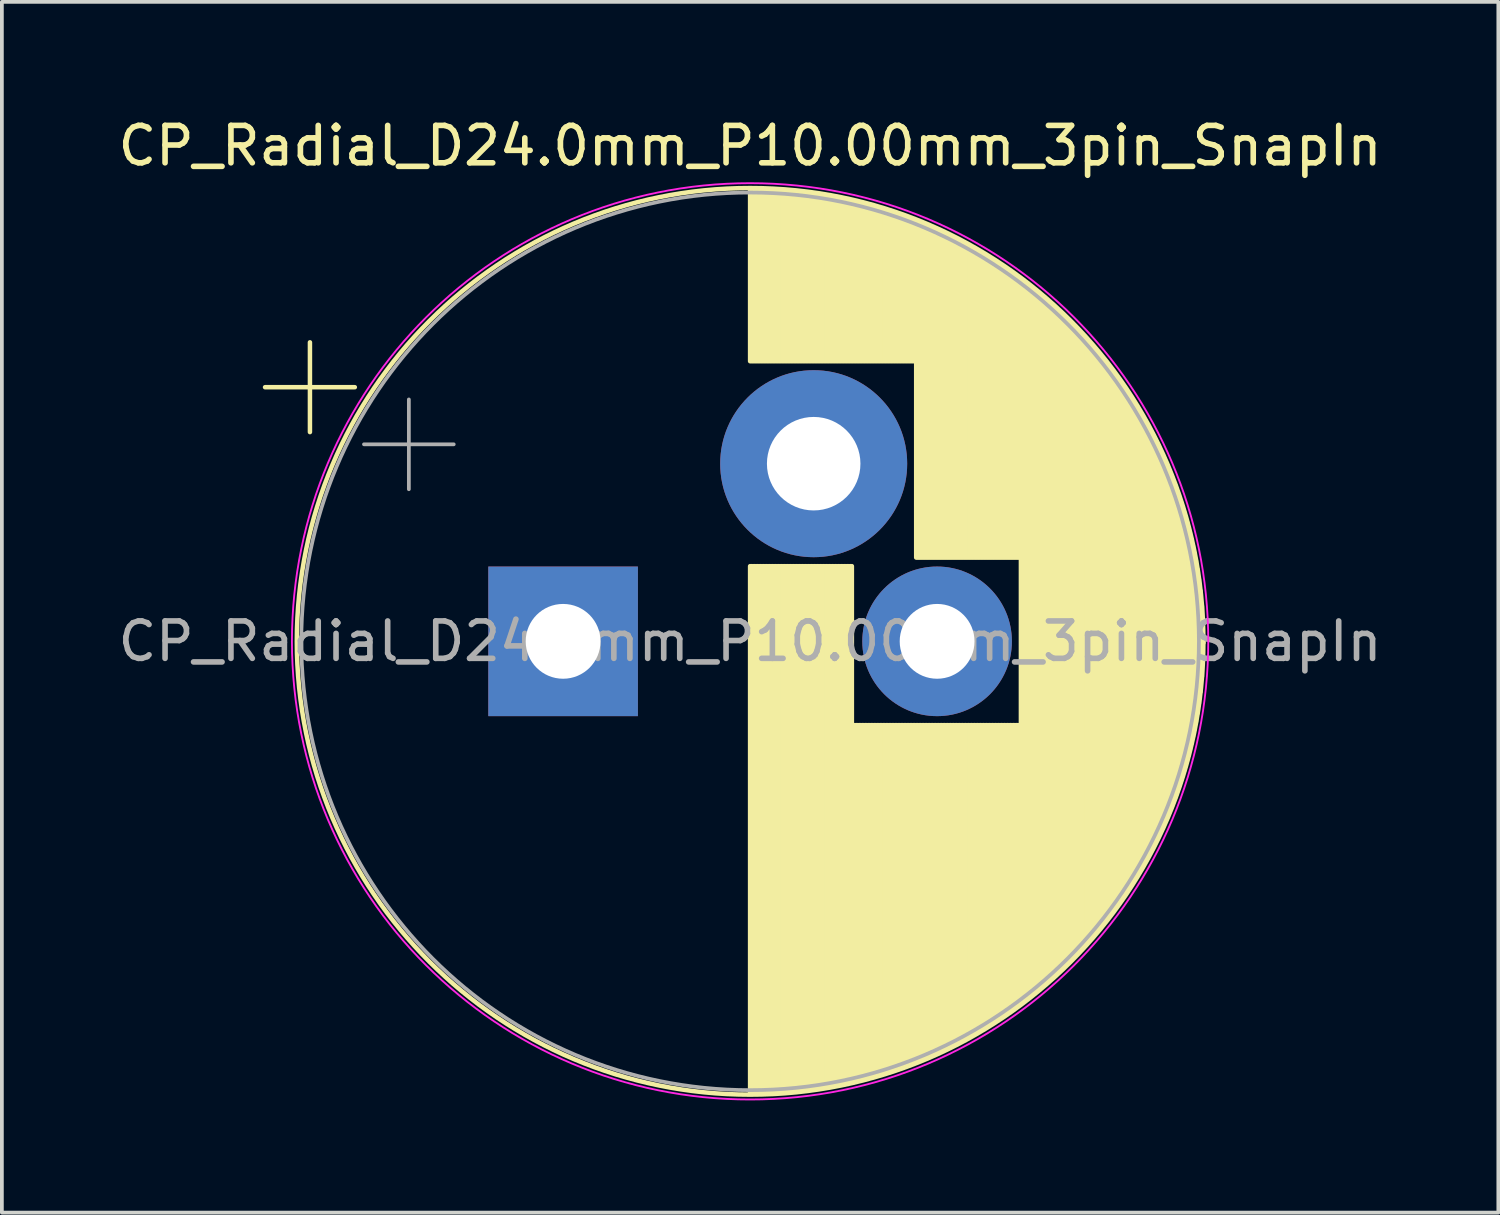
<source format=kicad_pcb>
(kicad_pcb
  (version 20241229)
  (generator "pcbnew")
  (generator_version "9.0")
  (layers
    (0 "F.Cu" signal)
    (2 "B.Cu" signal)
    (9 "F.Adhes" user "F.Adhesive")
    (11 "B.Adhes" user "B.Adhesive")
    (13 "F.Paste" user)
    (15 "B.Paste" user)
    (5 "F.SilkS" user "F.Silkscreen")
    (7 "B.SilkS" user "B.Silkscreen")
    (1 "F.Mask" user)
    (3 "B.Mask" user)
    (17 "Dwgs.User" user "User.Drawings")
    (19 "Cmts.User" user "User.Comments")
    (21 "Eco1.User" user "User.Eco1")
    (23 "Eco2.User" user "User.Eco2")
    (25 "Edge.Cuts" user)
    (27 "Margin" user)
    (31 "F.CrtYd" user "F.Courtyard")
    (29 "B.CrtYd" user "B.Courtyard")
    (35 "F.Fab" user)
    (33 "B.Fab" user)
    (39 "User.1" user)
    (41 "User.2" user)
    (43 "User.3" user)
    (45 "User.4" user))
  (footprint "CP_Radial_D24.0mm_P10.00mm_3pin_SnapIn"
    (layer "F.Cu")
    (at 12.006 14.098)
    (property "Reference" "CP_Radial_D24.0mm_P10.00mm_3pin_SnapIn" (at 5 -13.25 0) (layer "F.SilkS") (effects (font (size 1 1) (thickness 0.15))))
    (attr through_hole)
    (fp_line (start -7.969 -6.795) (end -5.569 -6.795) (stroke (width 0.12) (type solid)) (layer "F.SilkS"))
    (fp_line (start -6.769 -7.995) (end -6.769 -5.595) (stroke (width 0.12) (type solid)) (layer "F.SilkS"))
    (fp_line (start 5 -12.081) (end 5 -7.49) (stroke (width 0.12) (type solid)) (layer "F.SilkS"))
    (fp_line (start 5 -2.01) (end 5 12.081) (stroke (width 0.12) (type solid)) (layer "F.SilkS"))
    (fp_line (start 5.04 -12.08) (end 5.04 -7.49) (stroke (width 0.12) (type solid)) (layer "F.SilkS"))
    (fp_line (start 5.04 -2.01) (end 5.04 12.08) (stroke (width 0.12) (type solid)) (layer "F.SilkS"))
    (fp_line (start 5.08 -12.08) (end 5.08 -7.49) (stroke (width 0.12) (type solid)) (layer "F.SilkS"))
    (fp_line (start 5.08 -2.01) (end 5.08 12.08) (stroke (width 0.12) (type solid)) (layer "F.SilkS"))
    (fp_line (start 5.12 -12.08) (end 5.12 -7.49) (stroke (width 0.12) (type solid)) (layer "F.SilkS"))
    (fp_line (start 5.12 -2.01) (end 5.12 12.08) (stroke (width 0.12) (type solid)) (layer "F.SilkS"))
    (fp_line (start 5.16 -12.079) (end 5.16 -7.49) (stroke (width 0.12) (type solid)) (layer "F.SilkS"))
    (fp_line (start 5.16 -2.01) (end 5.16 12.079) (stroke (width 0.12) (type solid)) (layer "F.SilkS"))
    (fp_line (start 5.2 -12.079) (end 5.2 -7.49) (stroke (width 0.12) (type solid)) (layer "F.SilkS"))
    (fp_line (start 5.2 -2.01) (end 5.2 12.079) (stroke (width 0.12) (type solid)) (layer "F.SilkS"))
    (fp_line (start 5.24 -12.078) (end 5.24 -7.49) (stroke (width 0.12) (type solid)) (layer "F.SilkS"))
    (fp_line (start 5.24 -2.01) (end 5.24 12.078) (stroke (width 0.12) (type solid)) (layer "F.SilkS"))
    (fp_line (start 5.28 -12.077) (end 5.28 -7.49) (stroke (width 0.12) (type solid)) (layer "F.SilkS"))
    (fp_line (start 5.28 -2.01) (end 5.28 12.077) (stroke (width 0.12) (type solid)) (layer "F.SilkS"))
    (fp_line (start 5.32 -12.076) (end 5.32 -7.49) (stroke (width 0.12) (type solid)) (layer "F.SilkS"))
    (fp_line (start 5.32 -2.01) (end 5.32 12.076) (stroke (width 0.12) (type solid)) (layer "F.SilkS"))
    (fp_line (start 5.36 -12.075) (end 5.36 -7.49) (stroke (width 0.12) (type solid)) (layer "F.SilkS"))
    (fp_line (start 5.36 -2.01) (end 5.36 12.075) (stroke (width 0.12) (type solid)) (layer "F.SilkS"))
    (fp_line (start 5.4 -12.074) (end 5.4 -7.49) (stroke (width 0.12) (type solid)) (layer "F.SilkS"))
    (fp_line (start 5.4 -2.01) (end 5.4 12.074) (stroke (width 0.12) (type solid)) (layer "F.SilkS"))
    (fp_line (start 5.44 -12.073) (end 5.44 -7.49) (stroke (width 0.12) (type solid)) (layer "F.SilkS"))
    (fp_line (start 5.44 -2.01) (end 5.44 12.073) (stroke (width 0.12) (type solid)) (layer "F.SilkS"))
    (fp_line (start 5.48 -12.071) (end 5.48 -7.49) (stroke (width 0.12) (type solid)) (layer "F.SilkS"))
    (fp_line (start 5.48 -2.01) (end 5.48 12.071) (stroke (width 0.12) (type solid)) (layer "F.SilkS"))
    (fp_line (start 5.52 -12.069) (end 5.52 -7.49) (stroke (width 0.12) (type solid)) (layer "F.SilkS"))
    (fp_line (start 5.52 -2.01) (end 5.52 12.069) (stroke (width 0.12) (type solid)) (layer "F.SilkS"))
    (fp_line (start 5.56 -12.068) (end 5.56 -7.49) (stroke (width 0.12) (type solid)) (layer "F.SilkS"))
    (fp_line (start 5.56 -2.01) (end 5.56 12.068) (stroke (width 0.12) (type solid)) (layer "F.SilkS"))
    (fp_line (start 5.6 -12.066) (end 5.6 -7.49) (stroke (width 0.12) (type solid)) (layer "F.SilkS"))
    (fp_line (start 5.6 -2.01) (end 5.6 12.066) (stroke (width 0.12) (type solid)) (layer "F.SilkS"))
    (fp_line (start 5.64 -12.064) (end 5.64 -7.49) (stroke (width 0.12) (type solid)) (layer "F.SilkS"))
    (fp_line (start 5.64 -2.01) (end 5.64 12.064) (stroke (width 0.12) (type solid)) (layer "F.SilkS"))
    (fp_line (start 5.68 -12.061) (end 5.68 -7.49) (stroke (width 0.12) (type solid)) (layer "F.SilkS"))
    (fp_line (start 5.68 -2.01) (end 5.68 12.061) (stroke (width 0.12) (type solid)) (layer "F.SilkS"))
    (fp_line (start 5.721 -12.059) (end 5.721 -7.49) (stroke (width 0.12) (type solid)) (layer "F.SilkS"))
    (fp_line (start 5.721 -2.01) (end 5.721 12.059) (stroke (width 0.12) (type solid)) (layer "F.SilkS"))
    (fp_line (start 5.761 -12.057) (end 5.761 -7.49) (stroke (width 0.12) (type solid)) (layer "F.SilkS"))
    (fp_line (start 5.761 -2.01) (end 5.761 12.057) (stroke (width 0.12) (type solid)) (layer "F.SilkS"))
    (fp_line (start 5.801 -12.054) (end 5.801 -7.49) (stroke (width 0.12) (type solid)) (layer "F.SilkS"))
    (fp_line (start 5.801 -2.01) (end 5.801 12.054) (stroke (width 0.12) (type solid)) (layer "F.SilkS"))
    (fp_line (start 5.841 -12.051) (end 5.841 -7.49) (stroke (width 0.12) (type solid)) (layer "F.SilkS"))
    (fp_line (start 5.841 -2.01) (end 5.841 12.051) (stroke (width 0.12) (type solid)) (layer "F.SilkS"))
    (fp_line (start 5.881 -12.049) (end 5.881 -7.49) (stroke (width 0.12) (type solid)) (layer "F.SilkS"))
    (fp_line (start 5.881 -2.01) (end 5.881 12.049) (stroke (width 0.12) (type solid)) (layer "F.SilkS"))
    (fp_line (start 5.921 -12.046) (end 5.921 -7.49) (stroke (width 0.12) (type solid)) (layer "F.SilkS"))
    (fp_line (start 5.921 -2.01) (end 5.921 12.046) (stroke (width 0.12) (type solid)) (layer "F.SilkS"))
    (fp_line (start 5.961 -12.042) (end 5.961 -7.49) (stroke (width 0.12) (type solid)) (layer "F.SilkS"))
    (fp_line (start 5.961 -2.01) (end 5.961 12.042) (stroke (width 0.12) (type solid)) (layer "F.SilkS"))
    (fp_line (start 6.001 -12.039) (end 6.001 -7.49) (stroke (width 0.12) (type solid)) (layer "F.SilkS"))
    (fp_line (start 6.001 -2.01) (end 6.001 12.039) (stroke (width 0.12) (type solid)) (layer "F.SilkS"))
    (fp_line (start 6.041 -12.036) (end 6.041 -7.49) (stroke (width 0.12) (type solid)) (layer "F.SilkS"))
    (fp_line (start 6.041 -2.01) (end 6.041 12.036) (stroke (width 0.12) (type solid)) (layer "F.SilkS"))
    (fp_line (start 6.081 -12.032) (end 6.081 -7.49) (stroke (width 0.12) (type solid)) (layer "F.SilkS"))
    (fp_line (start 6.081 -2.01) (end 6.081 12.032) (stroke (width 0.12) (type solid)) (layer "F.SilkS"))
    (fp_line (start 6.121 -12.029) (end 6.121 -7.49) (stroke (width 0.12) (type solid)) (layer "F.SilkS"))
    (fp_line (start 6.121 -2.01) (end 6.121 12.029) (stroke (width 0.12) (type solid)) (layer "F.SilkS"))
    (fp_line (start 6.161 -12.025) (end 6.161 -7.49) (stroke (width 0.12) (type solid)) (layer "F.SilkS"))
    (fp_line (start 6.161 -2.01) (end 6.161 12.025) (stroke (width 0.12) (type solid)) (layer "F.SilkS"))
    (fp_line (start 6.201 -12.021) (end 6.201 -7.49) (stroke (width 0.12) (type solid)) (layer "F.SilkS"))
    (fp_line (start 6.201 -2.01) (end 6.201 12.021) (stroke (width 0.12) (type solid)) (layer "F.SilkS"))
    (fp_line (start 6.241 -12.017) (end 6.241 -7.49) (stroke (width 0.12) (type solid)) (layer "F.SilkS"))
    (fp_line (start 6.241 -2.01) (end 6.241 12.017) (stroke (width 0.12) (type solid)) (layer "F.SilkS"))
    (fp_line (start 6.281 -12.013) (end 6.281 -7.49) (stroke (width 0.12) (type solid)) (layer "F.SilkS"))
    (fp_line (start 6.281 -2.01) (end 6.281 12.013) (stroke (width 0.12) (type solid)) (layer "F.SilkS"))
    (fp_line (start 6.321 -12.008) (end 6.321 -7.49) (stroke (width 0.12) (type solid)) (layer "F.SilkS"))
    (fp_line (start 6.321 -2.01) (end 6.321 12.008) (stroke (width 0.12) (type solid)) (layer "F.SilkS"))
    (fp_line (start 6.361 -12.004) (end 6.361 -7.49) (stroke (width 0.12) (type solid)) (layer "F.SilkS"))
    (fp_line (start 6.361 -2.01) (end 6.361 12.004) (stroke (width 0.12) (type solid)) (layer "F.SilkS"))
    (fp_line (start 6.401 -11.999) (end 6.401 -7.49) (stroke (width 0.12) (type solid)) (layer "F.SilkS"))
    (fp_line (start 6.401 -2.01) (end 6.401 11.999) (stroke (width 0.12) (type solid)) (layer "F.SilkS"))
    (fp_line (start 6.441 -11.995) (end 6.441 -7.49) (stroke (width 0.12) (type solid)) (layer "F.SilkS"))
    (fp_line (start 6.441 -2.01) (end 6.441 11.995) (stroke (width 0.12) (type solid)) (layer "F.SilkS"))
    (fp_line (start 6.481 -11.99) (end 6.481 -7.49) (stroke (width 0.12) (type solid)) (layer "F.SilkS"))
    (fp_line (start 6.481 -2.01) (end 6.481 11.99) (stroke (width 0.12) (type solid)) (layer "F.SilkS"))
    (fp_line (start 6.521 -11.985) (end 6.521 -7.49) (stroke (width 0.12) (type solid)) (layer "F.SilkS"))
    (fp_line (start 6.521 -2.01) (end 6.521 11.985) (stroke (width 0.12) (type solid)) (layer "F.SilkS"))
    (fp_line (start 6.561 -11.98) (end 6.561 -7.49) (stroke (width 0.12) (type solid)) (layer "F.SilkS"))
    (fp_line (start 6.561 -2.01) (end 6.561 11.98) (stroke (width 0.12) (type solid)) (layer "F.SilkS"))
    (fp_line (start 6.601 -11.974) (end 6.601 -7.49) (stroke (width 0.12) (type solid)) (layer "F.SilkS"))
    (fp_line (start 6.601 -2.01) (end 6.601 11.974) (stroke (width 0.12) (type solid)) (layer "F.SilkS"))
    (fp_line (start 6.641 -11.969) (end 6.641 -7.49) (stroke (width 0.12) (type solid)) (layer "F.SilkS"))
    (fp_line (start 6.641 -2.01) (end 6.641 11.969) (stroke (width 0.12) (type solid)) (layer "F.SilkS"))
    (fp_line (start 6.681 -11.963) (end 6.681 -7.49) (stroke (width 0.12) (type solid)) (layer "F.SilkS"))
    (fp_line (start 6.681 -2.01) (end 6.681 11.963) (stroke (width 0.12) (type solid)) (layer "F.SilkS"))
    (fp_line (start 6.721 -11.958) (end 6.721 -7.49) (stroke (width 0.12) (type solid)) (layer "F.SilkS"))
    (fp_line (start 6.721 -2.01) (end 6.721 11.958) (stroke (width 0.12) (type solid)) (layer "F.SilkS"))
    (fp_line (start 6.761 -11.952) (end 6.761 -7.49) (stroke (width 0.12) (type solid)) (layer "F.SilkS"))
    (fp_line (start 6.761 -2.01) (end 6.761 11.952) (stroke (width 0.12) (type solid)) (layer "F.SilkS"))
    (fp_line (start 6.801 -11.946) (end 6.801 -7.49) (stroke (width 0.12) (type solid)) (layer "F.SilkS"))
    (fp_line (start 6.801 -2.01) (end 6.801 11.946) (stroke (width 0.12) (type solid)) (layer "F.SilkS"))
    (fp_line (start 6.841 -11.94) (end 6.841 -7.49) (stroke (width 0.12) (type solid)) (layer "F.SilkS"))
    (fp_line (start 6.841 -2.01) (end 6.841 11.94) (stroke (width 0.12) (type solid)) (layer "F.SilkS"))
    (fp_line (start 6.881 -11.934) (end 6.881 -7.49) (stroke (width 0.12) (type solid)) (layer "F.SilkS"))
    (fp_line (start 6.881 -2.01) (end 6.881 11.934) (stroke (width 0.12) (type solid)) (layer "F.SilkS"))
    (fp_line (start 6.921 -11.927) (end 6.921 -7.49) (stroke (width 0.12) (type solid)) (layer "F.SilkS"))
    (fp_line (start 6.921 -2.01) (end 6.921 11.927) (stroke (width 0.12) (type solid)) (layer "F.SilkS"))
    (fp_line (start 6.961 -11.921) (end 6.961 -7.49) (stroke (width 0.12) (type solid)) (layer "F.SilkS"))
    (fp_line (start 6.961 -2.01) (end 6.961 11.921) (stroke (width 0.12) (type solid)) (layer "F.SilkS"))
    (fp_line (start 7.001 -11.914) (end 7.001 -7.49) (stroke (width 0.12) (type solid)) (layer "F.SilkS"))
    (fp_line (start 7.001 -2.01) (end 7.001 11.914) (stroke (width 0.12) (type solid)) (layer "F.SilkS"))
    (fp_line (start 7.041 -11.908) (end 7.041 -7.49) (stroke (width 0.12) (type solid)) (layer "F.SilkS"))
    (fp_line (start 7.041 -2.01) (end 7.041 11.908) (stroke (width 0.12) (type solid)) (layer "F.SilkS"))
    (fp_line (start 7.081 -11.901) (end 7.081 -7.49) (stroke (width 0.12) (type solid)) (layer "F.SilkS"))
    (fp_line (start 7.081 -2.01) (end 7.081 11.901) (stroke (width 0.12) (type solid)) (layer "F.SilkS"))
    (fp_line (start 7.121 -11.894) (end 7.121 -7.49) (stroke (width 0.12) (type solid)) (layer "F.SilkS"))
    (fp_line (start 7.121 -2.01) (end 7.121 11.894) (stroke (width 0.12) (type solid)) (layer "F.SilkS"))
    (fp_line (start 7.161 -11.886) (end 7.161 -7.49) (stroke (width 0.12) (type solid)) (layer "F.SilkS"))
    (fp_line (start 7.161 -2.01) (end 7.161 11.886) (stroke (width 0.12) (type solid)) (layer "F.SilkS"))
    (fp_line (start 7.201 -11.879) (end 7.201 -7.49) (stroke (width 0.12) (type solid)) (layer "F.SilkS"))
    (fp_line (start 7.201 -2.01) (end 7.201 11.879) (stroke (width 0.12) (type solid)) (layer "F.SilkS"))
    (fp_line (start 7.241 -11.872) (end 7.241 -7.49) (stroke (width 0.12) (type solid)) (layer "F.SilkS"))
    (fp_line (start 7.241 -2.01) (end 7.241 11.872) (stroke (width 0.12) (type solid)) (layer "F.SilkS"))
    (fp_line (start 7.281 -11.864) (end 7.281 -7.49) (stroke (width 0.12) (type solid)) (layer "F.SilkS"))
    (fp_line (start 7.281 -2.01) (end 7.281 11.864) (stroke (width 0.12) (type solid)) (layer "F.SilkS"))
    (fp_line (start 7.321 -11.856) (end 7.321 -7.49) (stroke (width 0.12) (type solid)) (layer "F.SilkS"))
    (fp_line (start 7.321 -2.01) (end 7.321 11.856) (stroke (width 0.12) (type solid)) (layer "F.SilkS"))
    (fp_line (start 7.361 -11.849) (end 7.361 -7.49) (stroke (width 0.12) (type solid)) (layer "F.SilkS"))
    (fp_line (start 7.361 -2.01) (end 7.361 11.849) (stroke (width 0.12) (type solid)) (layer "F.SilkS"))
    (fp_line (start 7.401 -11.841) (end 7.401 -7.49) (stroke (width 0.12) (type solid)) (layer "F.SilkS"))
    (fp_line (start 7.401 -2.01) (end 7.401 11.841) (stroke (width 0.12) (type solid)) (layer "F.SilkS"))
    (fp_line (start 7.441 -11.832) (end 7.441 -7.49) (stroke (width 0.12) (type solid)) (layer "F.SilkS"))
    (fp_line (start 7.441 -2.01) (end 7.441 11.832) (stroke (width 0.12) (type solid)) (layer "F.SilkS"))
    (fp_line (start 7.481 -11.824) (end 7.481 -7.49) (stroke (width 0.12) (type solid)) (layer "F.SilkS"))
    (fp_line (start 7.481 -2.01) (end 7.481 11.824) (stroke (width 0.12) (type solid)) (layer "F.SilkS"))
    (fp_line (start 7.521 -11.816) (end 7.521 -7.49) (stroke (width 0.12) (type solid)) (layer "F.SilkS"))
    (fp_line (start 7.521 -2.01) (end 7.521 11.816) (stroke (width 0.12) (type solid)) (layer "F.SilkS"))
    (fp_line (start 7.561 -11.807) (end 7.561 -7.49) (stroke (width 0.12) (type solid)) (layer "F.SilkS"))
    (fp_line (start 7.561 -2.01) (end 7.561 11.807) (stroke (width 0.12) (type solid)) (layer "F.SilkS"))
    (fp_line (start 7.601 -11.798) (end 7.601 -7.49) (stroke (width 0.12) (type solid)) (layer "F.SilkS"))
    (fp_line (start 7.601 -2.01) (end 7.601 11.798) (stroke (width 0.12) (type solid)) (layer "F.SilkS"))
    (fp_line (start 7.641 -11.789) (end 7.641 -7.49) (stroke (width 0.12) (type solid)) (layer "F.SilkS"))
    (fp_line (start 7.641 -2.01) (end 7.641 11.789) (stroke (width 0.12) (type solid)) (layer "F.SilkS"))
    (fp_line (start 7.681 -11.78) (end 7.681 -7.49) (stroke (width 0.12) (type solid)) (layer "F.SilkS"))
    (fp_line (start 7.681 -2.01) (end 7.681 11.78) (stroke (width 0.12) (type solid)) (layer "F.SilkS"))
    (fp_line (start 7.721 -11.771) (end 7.721 -7.49) (stroke (width 0.12) (type solid)) (layer "F.SilkS"))
    (fp_line (start 7.721 -2.01) (end 7.721 11.771) (stroke (width 0.12) (type solid)) (layer "F.SilkS"))
    (fp_line (start 7.761 -11.762) (end 7.761 -7.49) (stroke (width 0.12) (type solid)) (layer "F.SilkS"))
    (fp_line (start 7.761 2.24) (end 7.761 11.762) (stroke (width 0.12) (type solid)) (layer "F.SilkS"))
    (fp_line (start 7.801 -11.753) (end 7.801 -7.49) (stroke (width 0.12) (type solid)) (layer "F.SilkS"))
    (fp_line (start 7.801 2.24) (end 7.801 11.753) (stroke (width 0.12) (type solid)) (layer "F.SilkS"))
    (fp_line (start 7.841 -11.743) (end 7.841 -7.49) (stroke (width 0.12) (type solid)) (layer "F.SilkS"))
    (fp_line (start 7.841 2.24) (end 7.841 11.743) (stroke (width 0.12) (type solid)) (layer "F.SilkS"))
    (fp_line (start 7.881 -11.733) (end 7.881 -7.49) (stroke (width 0.12) (type solid)) (layer "F.SilkS"))
    (fp_line (start 7.881 2.24) (end 7.881 11.733) (stroke (width 0.12) (type solid)) (layer "F.SilkS"))
    (fp_line (start 7.921 -11.723) (end 7.921 -7.49) (stroke (width 0.12) (type solid)) (layer "F.SilkS"))
    (fp_line (start 7.921 2.24) (end 7.921 11.723) (stroke (width 0.12) (type solid)) (layer "F.SilkS"))
    (fp_line (start 7.961 -11.713) (end 7.961 -7.49) (stroke (width 0.12) (type solid)) (layer "F.SilkS"))
    (fp_line (start 7.961 2.24) (end 7.961 11.713) (stroke (width 0.12) (type solid)) (layer "F.SilkS"))
    (fp_line (start 8.001 -11.703) (end 8.001 -7.49) (stroke (width 0.12) (type solid)) (layer "F.SilkS"))
    (fp_line (start 8.001 2.24) (end 8.001 11.703) (stroke (width 0.12) (type solid)) (layer "F.SilkS"))
    (fp_line (start 8.041 -11.693) (end 8.041 -7.49) (stroke (width 0.12) (type solid)) (layer "F.SilkS"))
    (fp_line (start 8.041 2.24) (end 8.041 11.693) (stroke (width 0.12) (type solid)) (layer "F.SilkS"))
    (fp_line (start 8.081 -11.683) (end 8.081 -7.49) (stroke (width 0.12) (type solid)) (layer "F.SilkS"))
    (fp_line (start 8.081 2.24) (end 8.081 11.683) (stroke (width 0.12) (type solid)) (layer "F.SilkS"))
    (fp_line (start 8.121 -11.672) (end 8.121 -7.49) (stroke (width 0.12) (type solid)) (layer "F.SilkS"))
    (fp_line (start 8.121 2.24) (end 8.121 11.672) (stroke (width 0.12) (type solid)) (layer "F.SilkS"))
    (fp_line (start 8.161 -11.661) (end 8.161 -7.49) (stroke (width 0.12) (type solid)) (layer "F.SilkS"))
    (fp_line (start 8.161 2.24) (end 8.161 11.661) (stroke (width 0.12) (type solid)) (layer "F.SilkS"))
    (fp_line (start 8.201 -11.65) (end 8.201 -7.49) (stroke (width 0.12) (type solid)) (layer "F.SilkS"))
    (fp_line (start 8.201 2.24) (end 8.201 11.65) (stroke (width 0.12) (type solid)) (layer "F.SilkS"))
    (fp_line (start 8.241 -11.639) (end 8.241 -7.49) (stroke (width 0.12) (type solid)) (layer "F.SilkS"))
    (fp_line (start 8.241 2.24) (end 8.241 11.639) (stroke (width 0.12) (type solid)) (layer "F.SilkS"))
    (fp_line (start 8.281 -11.628) (end 8.281 -7.49) (stroke (width 0.12) (type solid)) (layer "F.SilkS"))
    (fp_line (start 8.281 2.24) (end 8.281 11.628) (stroke (width 0.12) (type solid)) (layer "F.SilkS"))
    (fp_line (start 8.321 -11.617) (end 8.321 -7.49) (stroke (width 0.12) (type solid)) (layer "F.SilkS"))
    (fp_line (start 8.321 2.24) (end 8.321 11.617) (stroke (width 0.12) (type solid)) (layer "F.SilkS"))
    (fp_line (start 8.361 -11.605) (end 8.361 -7.49) (stroke (width 0.12) (type solid)) (layer "F.SilkS"))
    (fp_line (start 8.361 2.24) (end 8.361 11.605) (stroke (width 0.12) (type solid)) (layer "F.SilkS"))
    (fp_line (start 8.401 -11.594) (end 8.401 -7.49) (stroke (width 0.12) (type solid)) (layer "F.SilkS"))
    (fp_line (start 8.401 2.24) (end 8.401 11.594) (stroke (width 0.12) (type solid)) (layer "F.SilkS"))
    (fp_line (start 8.441 -11.582) (end 8.441 -7.49) (stroke (width 0.12) (type solid)) (layer "F.SilkS"))
    (fp_line (start 8.441 2.24) (end 8.441 11.582) (stroke (width 0.12) (type solid)) (layer "F.SilkS"))
    (fp_line (start 8.481 -11.57) (end 8.481 -7.49) (stroke (width 0.12) (type solid)) (layer "F.SilkS"))
    (fp_line (start 8.481 2.24) (end 8.481 11.57) (stroke (width 0.12) (type solid)) (layer "F.SilkS"))
    (fp_line (start 8.521 -11.558) (end 8.521 -7.49) (stroke (width 0.12) (type solid)) (layer "F.SilkS"))
    (fp_line (start 8.521 2.24) (end 8.521 11.558) (stroke (width 0.12) (type solid)) (layer "F.SilkS"))
    (fp_line (start 8.561 -11.546) (end 8.561 -7.49) (stroke (width 0.12) (type solid)) (layer "F.SilkS"))
    (fp_line (start 8.561 2.24) (end 8.561 11.546) (stroke (width 0.12) (type solid)) (layer "F.SilkS"))
    (fp_line (start 8.601 -11.534) (end 8.601 -7.49) (stroke (width 0.12) (type solid)) (layer "F.SilkS"))
    (fp_line (start 8.601 2.24) (end 8.601 11.534) (stroke (width 0.12) (type solid)) (layer "F.SilkS"))
    (fp_line (start 8.641 -11.521) (end 8.641 -7.49) (stroke (width 0.12) (type solid)) (layer "F.SilkS"))
    (fp_line (start 8.641 2.24) (end 8.641 11.521) (stroke (width 0.12) (type solid)) (layer "F.SilkS"))
    (fp_line (start 8.681 -11.508) (end 8.681 -7.49) (stroke (width 0.12) (type solid)) (layer "F.SilkS"))
    (fp_line (start 8.681 2.24) (end 8.681 11.508) (stroke (width 0.12) (type solid)) (layer "F.SilkS"))
    (fp_line (start 8.721 -11.495) (end 8.721 -7.49) (stroke (width 0.12) (type solid)) (layer "F.SilkS"))
    (fp_line (start 8.721 2.24) (end 8.721 11.495) (stroke (width 0.12) (type solid)) (layer "F.SilkS"))
    (fp_line (start 8.761 -11.483) (end 8.761 -7.49) (stroke (width 0.12) (type solid)) (layer "F.SilkS"))
    (fp_line (start 8.761 2.24) (end 8.761 11.483) (stroke (width 0.12) (type solid)) (layer "F.SilkS"))
    (fp_line (start 8.801 -11.469) (end 8.801 -7.49) (stroke (width 0.12) (type solid)) (layer "F.SilkS"))
    (fp_line (start 8.801 2.24) (end 8.801 11.469) (stroke (width 0.12) (type solid)) (layer "F.SilkS"))
    (fp_line (start 8.841 -11.456) (end 8.841 -7.49) (stroke (width 0.12) (type solid)) (layer "F.SilkS"))
    (fp_line (start 8.841 2.24) (end 8.841 11.456) (stroke (width 0.12) (type solid)) (layer "F.SilkS"))
    (fp_line (start 8.881 -11.443) (end 8.881 -7.49) (stroke (width 0.12) (type solid)) (layer "F.SilkS"))
    (fp_line (start 8.881 2.24) (end 8.881 11.443) (stroke (width 0.12) (type solid)) (layer "F.SilkS"))
    (fp_line (start 8.921 -11.429) (end 8.921 -7.49) (stroke (width 0.12) (type solid)) (layer "F.SilkS"))
    (fp_line (start 8.921 2.24) (end 8.921 11.429) (stroke (width 0.12) (type solid)) (layer "F.SilkS"))
    (fp_line (start 8.961 -11.415) (end 8.961 -7.49) (stroke (width 0.12) (type solid)) (layer "F.SilkS"))
    (fp_line (start 8.961 2.24) (end 8.961 11.415) (stroke (width 0.12) (type solid)) (layer "F.SilkS"))
    (fp_line (start 9.001 -11.401) (end 9.001 -7.49) (stroke (width 0.12) (type solid)) (layer "F.SilkS"))
    (fp_line (start 9.001 2.24) (end 9.001 11.401) (stroke (width 0.12) (type solid)) (layer "F.SilkS"))
    (fp_line (start 9.041 -11.387) (end 9.041 -7.49) (stroke (width 0.12) (type solid)) (layer "F.SilkS"))
    (fp_line (start 9.041 2.24) (end 9.041 11.387) (stroke (width 0.12) (type solid)) (layer "F.SilkS"))
    (fp_line (start 9.081 -11.373) (end 9.081 -7.49) (stroke (width 0.12) (type solid)) (layer "F.SilkS"))
    (fp_line (start 9.081 2.24) (end 9.081 11.373) (stroke (width 0.12) (type solid)) (layer "F.SilkS"))
    (fp_line (start 9.121 -11.359) (end 9.121 -7.49) (stroke (width 0.12) (type solid)) (layer "F.SilkS"))
    (fp_line (start 9.121 2.24) (end 9.121 11.359) (stroke (width 0.12) (type solid)) (layer "F.SilkS"))
    (fp_line (start 9.161 -11.344) (end 9.161 -7.49) (stroke (width 0.12) (type solid)) (layer "F.SilkS"))
    (fp_line (start 9.161 2.24) (end 9.161 11.344) (stroke (width 0.12) (type solid)) (layer "F.SilkS"))
    (fp_line (start 9.201 -11.33) (end 9.201 -7.49) (stroke (width 0.12) (type solid)) (layer "F.SilkS"))
    (fp_line (start 9.201 2.24) (end 9.201 11.33) (stroke (width 0.12) (type solid)) (layer "F.SilkS"))
    (fp_line (start 9.241 -11.315) (end 9.241 -7.49) (stroke (width 0.12) (type solid)) (layer "F.SilkS"))
    (fp_line (start 9.241 2.24) (end 9.241 11.315) (stroke (width 0.12) (type solid)) (layer "F.SilkS"))
    (fp_line (start 9.281 -11.3) (end 9.281 -7.49) (stroke (width 0.12) (type solid)) (layer "F.SilkS"))
    (fp_line (start 9.281 2.24) (end 9.281 11.3) (stroke (width 0.12) (type solid)) (layer "F.SilkS"))
    (fp_line (start 9.321 -11.284) (end 9.321 -7.49) (stroke (width 0.12) (type solid)) (layer "F.SilkS"))
    (fp_line (start 9.321 2.24) (end 9.321 11.284) (stroke (width 0.12) (type solid)) (layer "F.SilkS"))
    (fp_line (start 9.361 -11.269) (end 9.361 -7.49) (stroke (width 0.12) (type solid)) (layer "F.SilkS"))
    (fp_line (start 9.361 2.24) (end 9.361 11.269) (stroke (width 0.12) (type solid)) (layer "F.SilkS"))
    (fp_line (start 9.401 -11.254) (end 9.401 -7.49) (stroke (width 0.12) (type solid)) (layer "F.SilkS"))
    (fp_line (start 9.401 2.24) (end 9.401 11.254) (stroke (width 0.12) (type solid)) (layer "F.SilkS"))
    (fp_line (start 9.441 -11.238) (end 9.441 -2.24) (stroke (width 0.12) (type solid)) (layer "F.SilkS"))
    (fp_line (start 9.441 2.24) (end 9.441 11.238) (stroke (width 0.12) (type solid)) (layer "F.SilkS"))
    (fp_line (start 9.481 -11.222) (end 9.481 -2.24) (stroke (width 0.12) (type solid)) (layer "F.SilkS"))
    (fp_line (start 9.481 2.24) (end 9.481 11.222) (stroke (width 0.12) (type solid)) (layer "F.SilkS"))
    (fp_line (start 9.521 -11.206) (end 9.521 -2.24) (stroke (width 0.12) (type solid)) (layer "F.SilkS"))
    (fp_line (start 9.521 2.24) (end 9.521 11.206) (stroke (width 0.12) (type solid)) (layer "F.SilkS"))
    (fp_line (start 9.561 -11.19) (end 9.561 -2.24) (stroke (width 0.12) (type solid)) (layer "F.SilkS"))
    (fp_line (start 9.561 2.24) (end 9.561 11.19) (stroke (width 0.12) (type solid)) (layer "F.SilkS"))
    (fp_line (start 9.601 -11.174) (end 9.601 -2.24) (stroke (width 0.12) (type solid)) (layer "F.SilkS"))
    (fp_line (start 9.601 2.24) (end 9.601 11.174) (stroke (width 0.12) (type solid)) (layer "F.SilkS"))
    (fp_line (start 9.641 -11.157) (end 9.641 -2.24) (stroke (width 0.12) (type solid)) (layer "F.SilkS"))
    (fp_line (start 9.641 2.24) (end 9.641 11.157) (stroke (width 0.12) (type solid)) (layer "F.SilkS"))
    (fp_line (start 9.681 -11.14) (end 9.681 -2.24) (stroke (width 0.12) (type solid)) (layer "F.SilkS"))
    (fp_line (start 9.681 2.24) (end 9.681 11.14) (stroke (width 0.12) (type solid)) (layer "F.SilkS"))
    (fp_line (start 9.721 -11.124) (end 9.721 -2.24) (stroke (width 0.12) (type solid)) (layer "F.SilkS"))
    (fp_line (start 9.721 2.24) (end 9.721 11.124) (stroke (width 0.12) (type solid)) (layer "F.SilkS"))
    (fp_line (start 9.761 -11.107) (end 9.761 -2.24) (stroke (width 0.12) (type solid)) (layer "F.SilkS"))
    (fp_line (start 9.761 2.24) (end 9.761 11.107) (stroke (width 0.12) (type solid)) (layer "F.SilkS"))
    (fp_line (start 9.801 -11.089) (end 9.801 -2.24) (stroke (width 0.12) (type solid)) (layer "F.SilkS"))
    (fp_line (start 9.801 2.24) (end 9.801 11.089) (stroke (width 0.12) (type solid)) (layer "F.SilkS"))
    (fp_line (start 9.841 -11.072) (end 9.841 -2.24) (stroke (width 0.12) (type solid)) (layer "F.SilkS"))
    (fp_line (start 9.841 2.24) (end 9.841 11.072) (stroke (width 0.12) (type solid)) (layer "F.SilkS"))
    (fp_line (start 9.881 -11.055) (end 9.881 -2.24) (stroke (width 0.12) (type solid)) (layer "F.SilkS"))
    (fp_line (start 9.881 2.24) (end 9.881 11.055) (stroke (width 0.12) (type solid)) (layer "F.SilkS"))
    (fp_line (start 9.921 -11.037) (end 9.921 -2.24) (stroke (width 0.12) (type solid)) (layer "F.SilkS"))
    (fp_line (start 9.921 2.24) (end 9.921 11.037) (stroke (width 0.12) (type solid)) (layer "F.SilkS"))
    (fp_line (start 9.961 -11.019) (end 9.961 -2.24) (stroke (width 0.12) (type solid)) (layer "F.SilkS"))
    (fp_line (start 9.961 2.24) (end 9.961 11.019) (stroke (width 0.12) (type solid)) (layer "F.SilkS"))
    (fp_line (start 10.001 -11.001) (end 10.001 -2.24) (stroke (width 0.12) (type solid)) (layer "F.SilkS"))
    (fp_line (start 10.001 2.24) (end 10.001 11.001) (stroke (width 0.12) (type solid)) (layer "F.SilkS"))
    (fp_line (start 10.041 -10.983) (end 10.041 -2.24) (stroke (width 0.12) (type solid)) (layer "F.SilkS"))
    (fp_line (start 10.041 2.24) (end 10.041 10.983) (stroke (width 0.12) (type solid)) (layer "F.SilkS"))
    (fp_line (start 10.081 -10.964) (end 10.081 -2.24) (stroke (width 0.12) (type solid)) (layer "F.SilkS"))
    (fp_line (start 10.081 2.24) (end 10.081 10.964) (stroke (width 0.12) (type solid)) (layer "F.SilkS"))
    (fp_line (start 10.121 -10.946) (end 10.121 -2.24) (stroke (width 0.12) (type solid)) (layer "F.SilkS"))
    (fp_line (start 10.121 2.24) (end 10.121 10.946) (stroke (width 0.12) (type solid)) (layer "F.SilkS"))
    (fp_line (start 10.161 -10.927) (end 10.161 -2.24) (stroke (width 0.12) (type solid)) (layer "F.SilkS"))
    (fp_line (start 10.161 2.24) (end 10.161 10.927) (stroke (width 0.12) (type solid)) (layer "F.SilkS"))
    (fp_line (start 10.201 -10.908) (end 10.201 -2.24) (stroke (width 0.12) (type solid)) (layer "F.SilkS"))
    (fp_line (start 10.201 2.24) (end 10.201 10.908) (stroke (width 0.12) (type solid)) (layer "F.SilkS"))
    (fp_line (start 10.241 -10.889) (end 10.241 -2.24) (stroke (width 0.12) (type solid)) (layer "F.SilkS"))
    (fp_line (start 10.241 2.24) (end 10.241 10.889) (stroke (width 0.12) (type solid)) (layer "F.SilkS"))
    (fp_line (start 10.281 -10.87) (end 10.281 -2.24) (stroke (width 0.12) (type solid)) (layer "F.SilkS"))
    (fp_line (start 10.281 2.24) (end 10.281 10.87) (stroke (width 0.12) (type solid)) (layer "F.SilkS"))
    (fp_line (start 10.321 -10.85) (end 10.321 -2.24) (stroke (width 0.12) (type solid)) (layer "F.SilkS"))
    (fp_line (start 10.321 2.24) (end 10.321 10.85) (stroke (width 0.12) (type solid)) (layer "F.SilkS"))
    (fp_line (start 10.361 -10.831) (end 10.361 -2.24) (stroke (width 0.12) (type solid)) (layer "F.SilkS"))
    (fp_line (start 10.361 2.24) (end 10.361 10.831) (stroke (width 0.12) (type solid)) (layer "F.SilkS"))
    (fp_line (start 10.401 -10.811) (end 10.401 -2.24) (stroke (width 0.12) (type solid)) (layer "F.SilkS"))
    (fp_line (start 10.401 2.24) (end 10.401 10.811) (stroke (width 0.12) (type solid)) (layer "F.SilkS"))
    (fp_line (start 10.441 -10.791) (end 10.441 -2.24) (stroke (width 0.12) (type solid)) (layer "F.SilkS"))
    (fp_line (start 10.441 2.24) (end 10.441 10.791) (stroke (width 0.12) (type solid)) (layer "F.SilkS"))
    (fp_line (start 10.481 -10.771) (end 10.481 -2.24) (stroke (width 0.12) (type solid)) (layer "F.SilkS"))
    (fp_line (start 10.481 2.24) (end 10.481 10.771) (stroke (width 0.12) (type solid)) (layer "F.SilkS"))
    (fp_line (start 10.521 -10.75) (end 10.521 -2.24) (stroke (width 0.12) (type solid)) (layer "F.SilkS"))
    (fp_line (start 10.521 2.24) (end 10.521 10.75) (stroke (width 0.12) (type solid)) (layer "F.SilkS"))
    (fp_line (start 10.561 -10.73) (end 10.561 -2.24) (stroke (width 0.12) (type solid)) (layer "F.SilkS"))
    (fp_line (start 10.561 2.24) (end 10.561 10.73) (stroke (width 0.12) (type solid)) (layer "F.SilkS"))
    (fp_line (start 10.601 -10.709) (end 10.601 -2.24) (stroke (width 0.12) (type solid)) (layer "F.SilkS"))
    (fp_line (start 10.601 2.24) (end 10.601 10.709) (stroke (width 0.12) (type solid)) (layer "F.SilkS"))
    (fp_line (start 10.641 -10.688) (end 10.641 -2.24) (stroke (width 0.12) (type solid)) (layer "F.SilkS"))
    (fp_line (start 10.641 2.24) (end 10.641 10.688) (stroke (width 0.12) (type solid)) (layer "F.SilkS"))
    (fp_line (start 10.681 -10.667) (end 10.681 -2.24) (stroke (width 0.12) (type solid)) (layer "F.SilkS"))
    (fp_line (start 10.681 2.24) (end 10.681 10.667) (stroke (width 0.12) (type solid)) (layer "F.SilkS"))
    (fp_line (start 10.721 -10.646) (end 10.721 -2.24) (stroke (width 0.12) (type solid)) (layer "F.SilkS"))
    (fp_line (start 10.721 2.24) (end 10.721 10.646) (stroke (width 0.12) (type solid)) (layer "F.SilkS"))
    (fp_line (start 10.761 -10.624) (end 10.761 -2.24) (stroke (width 0.12) (type solid)) (layer "F.SilkS"))
    (fp_line (start 10.761 2.24) (end 10.761 10.624) (stroke (width 0.12) (type solid)) (layer "F.SilkS"))
    (fp_line (start 10.801 -10.603) (end 10.801 -2.24) (stroke (width 0.12) (type solid)) (layer "F.SilkS"))
    (fp_line (start 10.801 2.24) (end 10.801 10.603) (stroke (width 0.12) (type solid)) (layer "F.SilkS"))
    (fp_line (start 10.841 -10.581) (end 10.841 -2.24) (stroke (width 0.12) (type solid)) (layer "F.SilkS"))
    (fp_line (start 10.841 2.24) (end 10.841 10.581) (stroke (width 0.12) (type solid)) (layer "F.SilkS"))
    (fp_line (start 10.881 -10.559) (end 10.881 -2.24) (stroke (width 0.12) (type solid)) (layer "F.SilkS"))
    (fp_line (start 10.881 2.24) (end 10.881 10.559) (stroke (width 0.12) (type solid)) (layer "F.SilkS"))
    (fp_line (start 10.921 -10.536) (end 10.921 -2.24) (stroke (width 0.12) (type solid)) (layer "F.SilkS"))
    (fp_line (start 10.921 2.24) (end 10.921 10.536) (stroke (width 0.12) (type solid)) (layer "F.SilkS"))
    (fp_line (start 10.961 -10.514) (end 10.961 -2.24) (stroke (width 0.12) (type solid)) (layer "F.SilkS"))
    (fp_line (start 10.961 2.24) (end 10.961 10.514) (stroke (width 0.12) (type solid)) (layer "F.SilkS"))
    (fp_line (start 11.001 -10.491) (end 11.001 -2.24) (stroke (width 0.12) (type solid)) (layer "F.SilkS"))
    (fp_line (start 11.001 2.24) (end 11.001 10.491) (stroke (width 0.12) (type solid)) (layer "F.SilkS"))
    (fp_line (start 11.041 -10.468) (end 11.041 -2.24) (stroke (width 0.12) (type solid)) (layer "F.SilkS"))
    (fp_line (start 11.041 2.24) (end 11.041 10.468) (stroke (width 0.12) (type solid)) (layer "F.SilkS"))
    (fp_line (start 11.081 -10.445) (end 11.081 -2.24) (stroke (width 0.12) (type solid)) (layer "F.SilkS"))
    (fp_line (start 11.081 2.24) (end 11.081 10.445) (stroke (width 0.12) (type solid)) (layer "F.SilkS"))
    (fp_line (start 11.121 -10.422) (end 11.121 -2.24) (stroke (width 0.12) (type solid)) (layer "F.SilkS"))
    (fp_line (start 11.121 2.24) (end 11.121 10.422) (stroke (width 0.12) (type solid)) (layer "F.SilkS"))
    (fp_line (start 11.161 -10.398) (end 11.161 -2.24) (stroke (width 0.12) (type solid)) (layer "F.SilkS"))
    (fp_line (start 11.161 2.24) (end 11.161 10.398) (stroke (width 0.12) (type solid)) (layer "F.SilkS"))
    (fp_line (start 11.201 -10.375) (end 11.201 -2.24) (stroke (width 0.12) (type solid)) (layer "F.SilkS"))
    (fp_line (start 11.201 2.24) (end 11.201 10.375) (stroke (width 0.12) (type solid)) (layer "F.SilkS"))
    (fp_line (start 11.241 -10.351) (end 11.241 -2.24) (stroke (width 0.12) (type solid)) (layer "F.SilkS"))
    (fp_line (start 11.241 2.24) (end 11.241 10.351) (stroke (width 0.12) (type solid)) (layer "F.SilkS"))
    (fp_line (start 11.281 -10.327) (end 11.281 -2.24) (stroke (width 0.12) (type solid)) (layer "F.SilkS"))
    (fp_line (start 11.281 2.24) (end 11.281 10.327) (stroke (width 0.12) (type solid)) (layer "F.SilkS"))
    (fp_line (start 11.321 -10.302) (end 11.321 -2.24) (stroke (width 0.12) (type solid)) (layer "F.SilkS"))
    (fp_line (start 11.321 2.24) (end 11.321 10.302) (stroke (width 0.12) (type solid)) (layer "F.SilkS"))
    (fp_line (start 11.361 -10.278) (end 11.361 -2.24) (stroke (width 0.12) (type solid)) (layer "F.SilkS"))
    (fp_line (start 11.361 2.24) (end 11.361 10.278) (stroke (width 0.12) (type solid)) (layer "F.SilkS"))
    (fp_line (start 11.401 -10.253) (end 11.401 -2.24) (stroke (width 0.12) (type solid)) (layer "F.SilkS"))
    (fp_line (start 11.401 2.24) (end 11.401 10.253) (stroke (width 0.12) (type solid)) (layer "F.SilkS"))
    (fp_line (start 11.441 -10.228) (end 11.441 -2.24) (stroke (width 0.12) (type solid)) (layer "F.SilkS"))
    (fp_line (start 11.441 2.24) (end 11.441 10.228) (stroke (width 0.12) (type solid)) (layer "F.SilkS"))
    (fp_line (start 11.481 -10.203) (end 11.481 -2.24) (stroke (width 0.12) (type solid)) (layer "F.SilkS"))
    (fp_line (start 11.481 2.24) (end 11.481 10.203) (stroke (width 0.12) (type solid)) (layer "F.SilkS"))
    (fp_line (start 11.521 -10.177) (end 11.521 -2.24) (stroke (width 0.12) (type solid)) (layer "F.SilkS"))
    (fp_line (start 11.521 2.24) (end 11.521 10.177) (stroke (width 0.12) (type solid)) (layer "F.SilkS"))
    (fp_line (start 11.561 -10.152) (end 11.561 -2.24) (stroke (width 0.12) (type solid)) (layer "F.SilkS"))
    (fp_line (start 11.561 2.24) (end 11.561 10.152) (stroke (width 0.12) (type solid)) (layer "F.SilkS"))
    (fp_line (start 11.601 -10.126) (end 11.601 -2.24) (stroke (width 0.12) (type solid)) (layer "F.SilkS"))
    (fp_line (start 11.601 2.24) (end 11.601 10.126) (stroke (width 0.12) (type solid)) (layer "F.SilkS"))
    (fp_line (start 11.641 -10.1) (end 11.641 -2.24) (stroke (width 0.12) (type solid)) (layer "F.SilkS"))
    (fp_line (start 11.641 2.24) (end 11.641 10.1) (stroke (width 0.12) (type solid)) (layer "F.SilkS"))
    (fp_line (start 11.681 -10.073) (end 11.681 -2.24) (stroke (width 0.12) (type solid)) (layer "F.SilkS"))
    (fp_line (start 11.681 2.24) (end 11.681 10.073) (stroke (width 0.12) (type solid)) (layer "F.SilkS"))
    (fp_line (start 11.721 -10.047) (end 11.721 -2.24) (stroke (width 0.12) (type solid)) (layer "F.SilkS"))
    (fp_line (start 11.721 2.24) (end 11.721 10.047) (stroke (width 0.12) (type solid)) (layer "F.SilkS"))
    (fp_line (start 11.761 -10.02) (end 11.761 -2.24) (stroke (width 0.12) (type solid)) (layer "F.SilkS"))
    (fp_line (start 11.761 2.24) (end 11.761 10.02) (stroke (width 0.12) (type solid)) (layer "F.SilkS"))
    (fp_line (start 11.801 -9.993) (end 11.801 -2.24) (stroke (width 0.12) (type solid)) (layer "F.SilkS"))
    (fp_line (start 11.801 2.24) (end 11.801 9.993) (stroke (width 0.12) (type solid)) (layer "F.SilkS"))
    (fp_line (start 11.841 -9.966) (end 11.841 -2.24) (stroke (width 0.12) (type solid)) (layer "F.SilkS"))
    (fp_line (start 11.841 2.24) (end 11.841 9.966) (stroke (width 0.12) (type solid)) (layer "F.SilkS"))
    (fp_line (start 11.881 -9.938) (end 11.881 -2.24) (stroke (width 0.12) (type solid)) (layer "F.SilkS"))
    (fp_line (start 11.881 2.24) (end 11.881 9.938) (stroke (width 0.12) (type solid)) (layer "F.SilkS"))
    (fp_line (start 11.921 -9.911) (end 11.921 -2.24) (stroke (width 0.12) (type solid)) (layer "F.SilkS"))
    (fp_line (start 11.921 2.24) (end 11.921 9.911) (stroke (width 0.12) (type solid)) (layer "F.SilkS"))
    (fp_line (start 11.961 -9.883) (end 11.961 -2.24) (stroke (width 0.12) (type solid)) (layer "F.SilkS"))
    (fp_line (start 11.961 2.24) (end 11.961 9.883) (stroke (width 0.12) (type solid)) (layer "F.SilkS"))
    (fp_line (start 12.001 -9.855) (end 12.001 -2.24) (stroke (width 0.12) (type solid)) (layer "F.SilkS"))
    (fp_line (start 12.001 2.24) (end 12.001 9.855) (stroke (width 0.12) (type solid)) (layer "F.SilkS"))
    (fp_line (start 12.041 -9.826) (end 12.041 -2.24) (stroke (width 0.12) (type solid)) (layer "F.SilkS"))
    (fp_line (start 12.041 2.24) (end 12.041 9.826) (stroke (width 0.12) (type solid)) (layer "F.SilkS"))
    (fp_line (start 12.081 -9.798) (end 12.081 -2.24) (stroke (width 0.12) (type solid)) (layer "F.SilkS"))
    (fp_line (start 12.081 2.24) (end 12.081 9.798) (stroke (width 0.12) (type solid)) (layer "F.SilkS"))
    (fp_line (start 12.121 -9.769) (end 12.121 -2.24) (stroke (width 0.12) (type solid)) (layer "F.SilkS"))
    (fp_line (start 12.121 2.24) (end 12.121 9.769) (stroke (width 0.12) (type solid)) (layer "F.SilkS"))
    (fp_line (start 12.161 -9.739) (end 12.161 -2.24) (stroke (width 0.12) (type solid)) (layer "F.SilkS"))
    (fp_line (start 12.161 2.24) (end 12.161 9.739) (stroke (width 0.12) (type solid)) (layer "F.SilkS"))
    (fp_line (start 12.201 -9.71) (end 12.201 -2.24) (stroke (width 0.12) (type solid)) (layer "F.SilkS"))
    (fp_line (start 12.201 2.24) (end 12.201 9.71) (stroke (width 0.12) (type solid)) (layer "F.SilkS"))
    (fp_line (start 12.241 -9.68) (end 12.241 9.68) (stroke (width 0.12) (type solid)) (layer "F.SilkS"))
    (fp_line (start 12.281 -9.65) (end 12.281 9.65) (stroke (width 0.12) (type solid)) (layer "F.SilkS"))
    (fp_line (start 12.321 -9.62) (end 12.321 9.62) (stroke (width 0.12) (type solid)) (layer "F.SilkS"))
    (fp_line (start 12.361 -9.59) (end 12.361 9.59) (stroke (width 0.12) (type solid)) (layer "F.SilkS"))
    (fp_line (start 12.401 -9.559) (end 12.401 9.559) (stroke (width 0.12) (type solid)) (layer "F.SilkS"))
    (fp_line (start 12.441 -9.528) (end 12.441 9.528) (stroke (width 0.12) (type solid)) (layer "F.SilkS"))
    (fp_line (start 12.481 -9.497) (end 12.481 9.497) (stroke (width 0.12) (type solid)) (layer "F.SilkS"))
    (fp_line (start 12.521 -9.465) (end 12.521 9.465) (stroke (width 0.12) (type solid)) (layer "F.SilkS"))
    (fp_line (start 12.561 -9.434) (end 12.561 9.434) (stroke (width 0.12) (type solid)) (layer "F.SilkS"))
    (fp_line (start 12.601 -9.402) (end 12.601 9.402) (stroke (width 0.12) (type solid)) (layer "F.SilkS"))
    (fp_line (start 12.641 -9.369) (end 12.641 9.369) (stroke (width 0.12) (type solid)) (layer "F.SilkS"))
    (fp_line (start 12.681 -9.337) (end 12.681 9.337) (stroke (width 0.12) (type solid)) (layer "F.SilkS"))
    (fp_line (start 12.721 -9.304) (end 12.721 9.304) (stroke (width 0.12) (type solid)) (layer "F.SilkS"))
    (fp_line (start 12.761 -9.271) (end 12.761 9.271) (stroke (width 0.12) (type solid)) (layer "F.SilkS"))
    (fp_line (start 12.801 -9.237) (end 12.801 9.237) (stroke (width 0.12) (type solid)) (layer "F.SilkS"))
    (fp_line (start 12.841 -9.203) (end 12.841 9.203) (stroke (width 0.12) (type solid)) (layer "F.SilkS"))
    (fp_line (start 12.881 -9.169) (end 12.881 9.169) (stroke (width 0.12) (type solid)) (layer "F.SilkS"))
    (fp_line (start 12.921 -9.135) (end 12.921 9.135) (stroke (width 0.12) (type solid)) (layer "F.SilkS"))
    (fp_line (start 12.961 -9.1) (end 12.961 9.1) (stroke (width 0.12) (type solid)) (layer "F.SilkS"))
    (fp_line (start 13.001 -9.065) (end 13.001 9.065) (stroke (width 0.12) (type solid)) (layer "F.SilkS"))
    (fp_line (start 13.041 -9.03) (end 13.041 9.03) (stroke (width 0.12) (type solid)) (layer "F.SilkS"))
    (fp_line (start 13.081 -8.994) (end 13.081 8.994) (stroke (width 0.12) (type solid)) (layer "F.SilkS"))
    (fp_line (start 13.121 -8.958) (end 13.121 8.958) (stroke (width 0.12) (type solid)) (layer "F.SilkS"))
    (fp_line (start 13.161 -8.922) (end 13.161 8.922) (stroke (width 0.12) (type solid)) (layer "F.SilkS"))
    (fp_line (start 13.2 -8.885) (end 13.2 8.885) (stroke (width 0.12) (type solid)) (layer "F.SilkS"))
    (fp_line (start 13.24 -8.849) (end 13.24 8.849) (stroke (width 0.12) (type solid)) (layer "F.SilkS"))
    (fp_line (start 13.28 -8.811) (end 13.28 8.811) (stroke (width 0.12) (type solid)) (layer "F.SilkS"))
    (fp_line (start 13.32 -8.774) (end 13.32 8.774) (stroke (width 0.12) (type solid)) (layer "F.SilkS"))
    (fp_line (start 13.36 -8.736) (end 13.36 8.736) (stroke (width 0.12) (type solid)) (layer "F.SilkS"))
    (fp_line (start 13.4 -8.697) (end 13.4 8.697) (stroke (width 0.12) (type solid)) (layer "F.SilkS"))
    (fp_line (start 13.44 -8.659) (end 13.44 8.659) (stroke (width 0.12) (type solid)) (layer "F.SilkS"))
    (fp_line (start 13.48 -8.62) (end 13.48 8.62) (stroke (width 0.12) (type solid)) (layer "F.SilkS"))
    (fp_line (start 13.52 -8.58) (end 13.52 8.58) (stroke (width 0.12) (type solid)) (layer "F.SilkS"))
    (fp_line (start 13.56 -8.541) (end 13.56 8.541) (stroke (width 0.12) (type solid)) (layer "F.SilkS"))
    (fp_line (start 13.6 -8.501) (end 13.6 8.501) (stroke (width 0.12) (type solid)) (layer "F.SilkS"))
    (fp_line (start 13.64 -8.46) (end 13.64 8.46) (stroke (width 0.12) (type solid)) (layer "F.SilkS"))
    (fp_line (start 13.68 -8.419) (end 13.68 8.419) (stroke (width 0.12) (type solid)) (layer "F.SilkS"))
    (fp_line (start 13.72 -8.378) (end 13.72 8.378) (stroke (width 0.12) (type solid)) (layer "F.SilkS"))
    (fp_line (start 13.76 -8.336) (end 13.76 8.336) (stroke (width 0.12) (type solid)) (layer "F.SilkS"))
    (fp_line (start 13.8 -8.294) (end 13.8 8.294) (stroke (width 0.12) (type solid)) (layer "F.SilkS"))
    (fp_line (start 13.84 -8.252) (end 13.84 8.252) (stroke (width 0.12) (type solid)) (layer "F.SilkS"))
    (fp_line (start 13.88 -8.209) (end 13.88 8.209) (stroke (width 0.12) (type solid)) (layer "F.SilkS"))
    (fp_line (start 13.92 -8.166) (end 13.92 8.166) (stroke (width 0.12) (type solid)) (layer "F.SilkS"))
    (fp_line (start 13.96 -8.122) (end 13.96 8.122) (stroke (width 0.12) (type solid)) (layer "F.SilkS"))
    (fp_line (start 14 -8.078) (end 14 8.078) (stroke (width 0.12) (type solid)) (layer "F.SilkS"))
    (fp_line (start 14.04 -8.033) (end 14.04 8.033) (stroke (width 0.12) (type solid)) (layer "F.SilkS"))
    (fp_line (start 14.08 -7.988) (end 14.08 7.988) (stroke (width 0.12) (type solid)) (layer "F.SilkS"))
    (fp_line (start 14.12 -7.943) (end 14.12 7.943) (stroke (width 0.12) (type solid)) (layer "F.SilkS"))
    (fp_line (start 14.16 -7.897) (end 14.16 7.897) (stroke (width 0.12) (type solid)) (layer "F.SilkS"))
    (fp_line (start 14.2 -7.851) (end 14.2 7.851) (stroke (width 0.12) (type solid)) (layer "F.SilkS"))
    (fp_line (start 14.24 -7.804) (end 14.24 7.804) (stroke (width 0.12) (type solid)) (layer "F.SilkS"))
    (fp_line (start 14.28 -7.756) (end 14.28 7.756) (stroke (width 0.12) (type solid)) (layer "F.SilkS"))
    (fp_line (start 14.32 -7.709) (end 14.32 7.709) (stroke (width 0.12) (type solid)) (layer "F.SilkS"))
    (fp_line (start 14.36 -7.66) (end 14.36 7.66) (stroke (width 0.12) (type solid)) (layer "F.SilkS"))
    (fp_line (start 14.4 -7.611) (end 14.4 7.611) (stroke (width 0.12) (type solid)) (layer "F.SilkS"))
    (fp_line (start 14.44 -7.562) (end 14.44 7.562) (stroke (width 0.12) (type solid)) (layer "F.SilkS"))
    (fp_line (start 14.48 -7.512) (end 14.48 7.512) (stroke (width 0.12) (type solid)) (layer "F.SilkS"))
    (fp_line (start 14.52 -7.461) (end 14.52 7.461) (stroke (width 0.12) (type solid)) (layer "F.SilkS"))
    (fp_line (start 14.56 -7.41) (end 14.56 7.41) (stroke (width 0.12) (type solid)) (layer "F.SilkS"))
    (fp_line (start 14.6 -7.359) (end 14.6 7.359) (stroke (width 0.12) (type solid)) (layer "F.SilkS"))
    (fp_line (start 14.64 -7.307) (end 14.64 7.307) (stroke (width 0.12) (type solid)) (layer "F.SilkS"))
    (fp_line (start 14.68 -7.254) (end 14.68 7.254) (stroke (width 0.12) (type solid)) (layer "F.SilkS"))
    (fp_line (start 14.72 -7.2) (end 14.72 7.2) (stroke (width 0.12) (type solid)) (layer "F.SilkS"))
    (fp_line (start 14.76 -7.146) (end 14.76 7.146) (stroke (width 0.12) (type solid)) (layer "F.SilkS"))
    (fp_line (start 14.8 -7.092) (end 14.8 7.092) (stroke (width 0.12) (type solid)) (layer "F.SilkS"))
    (fp_line (start 14.84 -7.036) (end 14.84 7.036) (stroke (width 0.12) (type solid)) (layer "F.SilkS"))
    (fp_line (start 14.88 -6.98) (end 14.88 6.98) (stroke (width 0.12) (type solid)) (layer "F.SilkS"))
    (fp_line (start 14.92 -6.924) (end 14.92 6.924) (stroke (width 0.12) (type solid)) (layer "F.SilkS"))
    (fp_line (start 14.96 -6.866) (end 14.96 6.866) (stroke (width 0.12) (type solid)) (layer "F.SilkS"))
    (fp_line (start 15 -6.808) (end 15 6.808) (stroke (width 0.12) (type solid)) (layer "F.SilkS"))
    (fp_line (start 15.04 -6.75) (end 15.04 6.75) (stroke (width 0.12) (type solid)) (layer "F.SilkS"))
    (fp_line (start 15.08 -6.69) (end 15.08 6.69) (stroke (width 0.12) (type solid)) (layer "F.SilkS"))
    (fp_line (start 15.12 -6.63) (end 15.12 6.63) (stroke (width 0.12) (type solid)) (layer "F.SilkS"))
    (fp_line (start 15.16 -6.569) (end 15.16 6.569) (stroke (width 0.12) (type solid)) (layer "F.SilkS"))
    (fp_line (start 15.2 -6.507) (end 15.2 6.507) (stroke (width 0.12) (type solid)) (layer "F.SilkS"))
    (fp_line (start 15.24 -6.444) (end 15.24 6.444) (stroke (width 0.12) (type solid)) (layer "F.SilkS"))
    (fp_line (start 15.28 -6.38) (end 15.28 6.38) (stroke (width 0.12) (type solid)) (layer "F.SilkS"))
    (fp_line (start 15.32 -6.316) (end 15.32 6.316) (stroke (width 0.12) (type solid)) (layer "F.SilkS"))
    (fp_line (start 15.36 -6.251) (end 15.36 6.251) (stroke (width 0.12) (type solid)) (layer "F.SilkS"))
    (fp_line (start 15.4 -6.184) (end 15.4 6.184) (stroke (width 0.12) (type solid)) (layer "F.SilkS"))
    (fp_line (start 15.44 -6.117) (end 15.44 6.117) (stroke (width 0.12) (type solid)) (layer "F.SilkS"))
    (fp_line (start 15.48 -6.049) (end 15.48 6.049) (stroke (width 0.12) (type solid)) (layer "F.SilkS"))
    (fp_line (start 15.52 -5.979) (end 15.52 5.979) (stroke (width 0.12) (type solid)) (layer "F.SilkS"))
    (fp_line (start 15.56 -5.909) (end 15.56 5.909) (stroke (width 0.12) (type solid)) (layer "F.SilkS"))
    (fp_line (start 15.6 -5.837) (end 15.6 5.837) (stroke (width 0.12) (type solid)) (layer "F.SilkS"))
    (fp_line (start 15.64 -5.764) (end 15.64 5.764) (stroke (width 0.12) (type solid)) (layer "F.SilkS"))
    (fp_line (start 15.68 -5.69) (end 15.68 5.69) (stroke (width 0.12) (type solid)) (layer "F.SilkS"))
    (fp_line (start 15.72 -5.615) (end 15.72 5.615) (stroke (width 0.12) (type solid)) (layer "F.SilkS"))
    (fp_line (start 15.76 -5.539) (end 15.76 5.539) (stroke (width 0.12) (type solid)) (layer "F.SilkS"))
    (fp_line (start 15.8 -5.461) (end 15.8 5.461) (stroke (width 0.12) (type solid)) (layer "F.SilkS"))
    (fp_line (start 15.84 -5.382) (end 15.84 5.382) (stroke (width 0.12) (type solid)) (layer "F.SilkS"))
    (fp_line (start 15.88 -5.301) (end 15.88 5.301) (stroke (width 0.12) (type solid)) (layer "F.SilkS"))
    (fp_line (start 15.92 -5.219) (end 15.92 5.219) (stroke (width 0.12) (type solid)) (layer "F.SilkS"))
    (fp_line (start 15.96 -5.135) (end 15.96 5.135) (stroke (width 0.12) (type solid)) (layer "F.SilkS"))
    (fp_line (start 16 -5.049) (end 16 5.049) (stroke (width 0.12) (type solid)) (layer "F.SilkS"))
    (fp_line (start 16.04 -4.962) (end 16.04 4.962) (stroke (width 0.12) (type solid)) (layer "F.SilkS"))
    (fp_line (start 16.08 -4.873) (end 16.08 4.873) (stroke (width 0.12) (type solid)) (layer "F.SilkS"))
    (fp_line (start 16.12 -4.781) (end 16.12 4.781) (stroke (width 0.12) (type solid)) (layer "F.SilkS"))
    (fp_line (start 16.16 -4.688) (end 16.16 4.688) (stroke (width 0.12) (type solid)) (layer "F.SilkS"))
    (fp_line (start 16.2 -4.592) (end 16.2 4.592) (stroke (width 0.12) (type solid)) (layer "F.SilkS"))
    (fp_line (start 16.24 -4.494) (end 16.24 4.494) (stroke (width 0.12) (type solid)) (layer "F.SilkS"))
    (fp_line (start 16.28 -4.394) (end 16.28 4.394) (stroke (width 0.12) (type solid)) (layer "F.SilkS"))
    (fp_line (start 16.32 -4.291) (end 16.32 4.291) (stroke (width 0.12) (type solid)) (layer "F.SilkS"))
    (fp_line (start 16.36 -4.185) (end 16.36 4.185) (stroke (width 0.12) (type solid)) (layer "F.SilkS"))
    (fp_line (start 16.4 -4.076) (end 16.4 4.076) (stroke (width 0.12) (type solid)) (layer "F.SilkS"))
    (fp_line (start 16.44 -3.963) (end 16.44 3.963) (stroke (width 0.12) (type solid)) (layer "F.SilkS"))
    (fp_line (start 16.48 -3.847) (end 16.48 3.847) (stroke (width 0.12) (type solid)) (layer "F.SilkS"))
    (fp_line (start 16.52 -3.727) (end 16.52 3.727) (stroke (width 0.12) (type solid)) (layer "F.SilkS"))
    (fp_line (start 16.56 -3.602) (end 16.56 3.602) (stroke (width 0.12) (type solid)) (layer "F.SilkS"))
    (fp_line (start 16.6 -3.473) (end 16.6 3.473) (stroke (width 0.12) (type solid)) (layer "F.SilkS"))
    (fp_line (start 16.64 -3.338) (end 16.64 3.338) (stroke (width 0.12) (type solid)) (layer "F.SilkS"))
    (fp_line (start 16.68 -3.197) (end 16.68 3.197) (stroke (width 0.12) (type solid)) (layer "F.SilkS"))
    (fp_line (start 16.72 -3.049) (end 16.72 3.049) (stroke (width 0.12) (type solid)) (layer "F.SilkS"))
    (fp_line (start 16.76 -2.893) (end 16.76 2.893) (stroke (width 0.12) (type solid)) (layer "F.SilkS"))
    (fp_line (start 16.8 -2.727) (end 16.8 2.727) (stroke (width 0.12) (type solid)) (layer "F.SilkS"))
    (fp_line (start 16.84 -2.551) (end 16.84 2.551) (stroke (width 0.12) (type solid)) (layer "F.SilkS"))
    (fp_line (start 16.88 -2.361) (end 16.88 2.361) (stroke (width 0.12) (type solid)) (layer "F.SilkS"))
    (fp_line (start 16.92 -2.153) (end 16.92 2.153) (stroke (width 0.12) (type solid)) (layer "F.SilkS"))
    (fp_line (start 16.96 -1.923) (end 16.96 1.923) (stroke (width 0.12) (type solid)) (layer "F.SilkS"))
    (fp_line (start 17 -1.662) (end 17 1.662) (stroke (width 0.12) (type solid)) (layer "F.SilkS"))
    (fp_line (start 17.04 -1.351) (end 17.04 1.351) (stroke (width 0.12) (type solid)) (layer "F.SilkS"))
    (fp_line (start 17.08 -0.944) (end 17.08 0.944) (stroke (width 0.12) (type solid)) (layer "F.SilkS"))
    (fp_line (start 17.12 -0.04) (end 17.12 0.04) (stroke (width 0.12) (type solid)) (layer "F.SilkS"))
    (fp_circle (center 5 0) (end 17.12 0) (stroke (width 0.12) (type solid)) (fill no) (layer "F.SilkS"))
    (fp_circle (center 5 0) (end 17.25 0) (stroke (width 0.05) (type solid)) (fill no) (layer "F.CrtYd"))
    (fp_line (start -5.324 -5.268) (end -2.924 -5.268) (stroke (width 0.1) (type solid)) (layer "F.Fab"))
    (fp_line (start -4.124 -6.468) (end -4.124 -4.067) (stroke (width 0.1) (type solid)) (layer "F.Fab"))
    (fp_circle (center 5 0) (end 17 0) (stroke (width 0.1) (type solid)) (fill no) (layer "F.Fab"))
    (fp_text user "${REFERENCE}" (at 5 0 0) (layer "F.Fab") (effects (font (size 1 1) (thickness 0.15))))
    (pad "1" thru_hole rect (at 0 0) (size 4 4) (drill 2) (layers "*.Cu" "*.Mask"))
    (pad "2" thru_hole circle (at 6.7 -4.75) (size 5 5) (drill 2.5) (layers "*.Cu" "*.Mask"))
    (pad "2" thru_hole circle (at 10 0) (size 4 4) (drill 2) (layers "*.Cu" "*.Mask")))
  (gr_rect
    (start -3 -3)
    (end 37.012 29.373)
    (stroke (width 0.1) (type default))
    (fill no)
    (layer "Edge.Cuts")))
</source>
